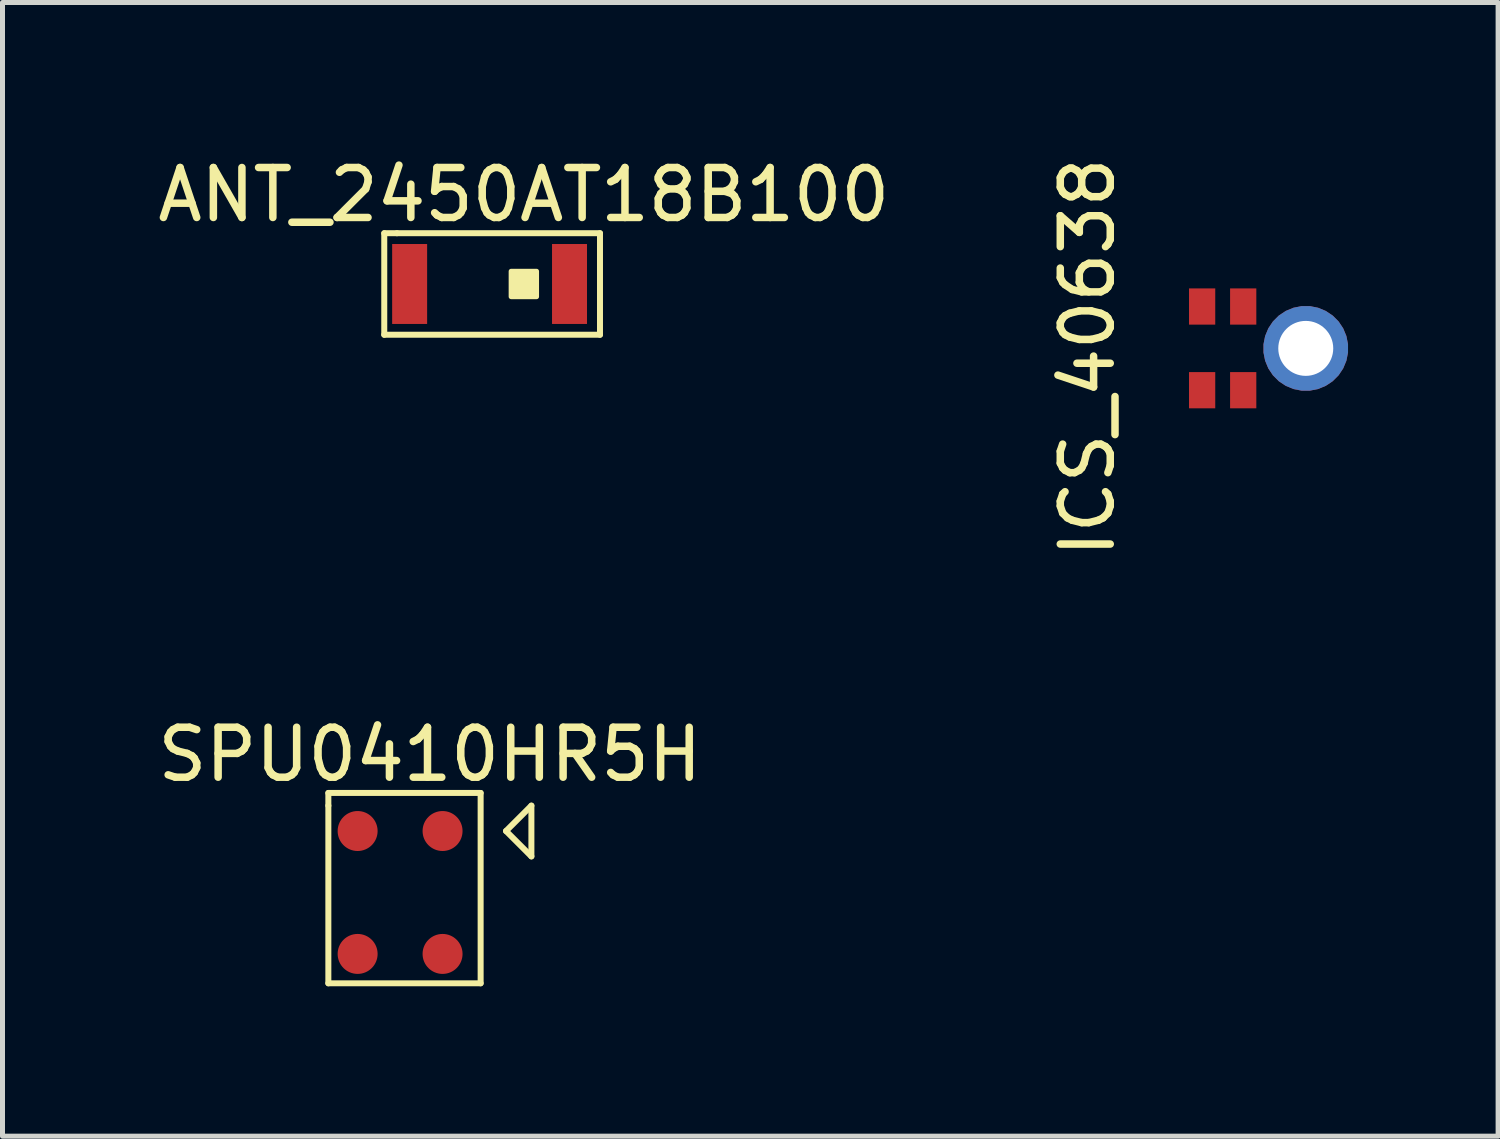
<source format=kicad_pcb>
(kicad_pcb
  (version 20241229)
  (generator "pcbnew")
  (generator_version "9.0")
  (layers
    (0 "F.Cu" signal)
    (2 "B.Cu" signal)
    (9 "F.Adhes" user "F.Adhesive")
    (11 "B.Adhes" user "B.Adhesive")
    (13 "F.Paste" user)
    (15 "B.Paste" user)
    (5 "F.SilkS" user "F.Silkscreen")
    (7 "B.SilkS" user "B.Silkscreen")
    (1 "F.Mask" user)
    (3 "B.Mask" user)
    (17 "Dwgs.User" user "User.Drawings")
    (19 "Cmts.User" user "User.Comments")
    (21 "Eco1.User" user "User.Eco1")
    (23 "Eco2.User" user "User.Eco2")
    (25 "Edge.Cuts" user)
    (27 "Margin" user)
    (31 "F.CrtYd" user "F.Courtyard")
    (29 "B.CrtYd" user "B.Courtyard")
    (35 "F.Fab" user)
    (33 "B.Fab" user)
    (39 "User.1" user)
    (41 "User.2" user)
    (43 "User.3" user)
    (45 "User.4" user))
  (footprint "SPU0410HR5H"
    (layer "F.Cu")
    (at 5.808 13.583)
    (property "Reference" "SPU0410HR5H" (at -0.254 -1.532 0) (layer "F.SilkS") (effects (font (size 1 1) (thickness 0.15))))
    (attr through_hole)
    (fp_line (start -2.286 -0.508) (end -2.286 -0.762) (stroke (width 0.12) (type solid)) (layer "F.SilkS"))
    (fp_line (start -2.286 -0.508) (end -2.286 3.048) (stroke (width 0.12) (type solid)) (layer "F.SilkS"))
    (fp_line (start -2.286 3.048) (end 0.762 3.048) (stroke (width 0.12) (type solid)) (layer "F.SilkS"))
    (fp_line (start 0.762 -0.762) (end -2.286 -0.762) (stroke (width 0.12) (type solid)) (layer "F.SilkS"))
    (fp_line (start 0.762 3.048) (end 0.762 -0.762) (stroke (width 0.12) (type solid)) (layer "F.SilkS"))
    (fp_line (start 1.27 0) (end 1.778 -0.508) (stroke (width 0.12) (type solid)) (layer "F.SilkS"))
    (fp_line (start 1.778 -0.508) (end 1.778 0.508) (stroke (width 0.12) (type solid)) (layer "F.SilkS"))
    (fp_line (start 1.778 0.508) (end 1.27 0) (stroke (width 0.12) (type solid)) (layer "F.SilkS"))
    (pad "1" smd circle (at 0 0) (size 0.8 0.8) (layers "F.Cu" "F.Mask" "F.Paste"))
    (pad "2" smd circle (at 0 2.46) (size 0.8 0.8) (layers "F.Cu" "F.Mask" "F.Paste"))
    (pad "3" smd circle (at -1.7 2.46) (size 0.8 0.8) (layers "F.Cu" "F.Mask" "F.Paste"))
    (pad "4" smd circle (at -1.7 0) (size 0.8 0.8) (layers "F.Cu" "F.Mask" "F.Paste")))
  (footprint "ICS_40638"
    (layer "F.Cu")
    (at 21.011 3.085)
    (property "Reference" "ICS_40638" (at -2.294 1.016 90) (layer "F.SilkS") (effects (font (size 1 1) (thickness 0.15))))
    (attr through_hole)
    (pad "1" smd rect (at 0 1.675) (size 0.525 0.725) (layers "F.Cu" "F.Mask" "F.Paste"))
    (pad "2" smd rect (at 0.822 1.675) (size 0.525 0.725) (layers "F.Cu" "F.Mask" "F.Paste"))
    (pad "3" thru_hole custom (at 2.074 0.838) (size 1.7 1.7) (drill 1.1) (layers "*.Mask" "F.Cu") (options (anchor circle)) (primitives))
    (pad "4" smd rect (at 0.822 0) (size 0.525 0.725) (layers "F.Cu" "F.Mask" "F.Paste"))
    (pad "5" smd rect (at 0 0) (size 0.525 0.725) (layers "F.Cu" "F.Mask" "F.Paste")))
  (footprint "ANT_2450AT18B100"
    (layer "F.Cu")
    (at 5.149 2.634)
    (property "Reference" "ANT_2450AT18B100" (at 2.286 -1.786 0) (layer "F.SilkS") (effects (font (size 1 1) (thickness 0.15))))
    (attr through_hole)
    (fp_line (start -0.508 -1.016) (end -0.254 -1.016) (stroke (width 0.12) (type solid)) (layer "F.SilkS"))
    (fp_line (start -0.508 1.016) (end -0.508 -1.016) (stroke (width 0.12) (type solid)) (layer "F.SilkS"))
    (fp_line (start -0.254 -1.016) (end 3.81 -1.016) (stroke (width 0.12) (type solid)) (layer "F.SilkS"))
    (fp_line (start 3.81 -1.016) (end 3.81 1.016) (stroke (width 0.12) (type solid)) (layer "F.SilkS"))
    (fp_line (start 3.81 1.016) (end -0.508 1.016) (stroke (width 0.12) (type solid)) (layer "F.SilkS"))
    (fp_poly (pts (xy 2.54 0.254) (xy 2.032 0.254) (xy 2.032 -0.254) (xy 2.54 -0.254)) (stroke (width 0.1) (type solid)) (fill yes) (layer "F.SilkS"))
    (pad "1" smd rect (at 3.2 0) (size 0.7 1.6) (layers "F.Cu" "F.Mask" "F.Paste"))
    (pad "2" smd rect (at 0 0) (size 0.7 1.6) (layers "F.Cu" "F.Mask" "F.Paste")))
  (gr_rect
    (start -3 -3)
    (end 26.935 19.691)
    (stroke (width 0.1) (type default))
    (fill no)
    (layer "Edge.Cuts")))
</source>
